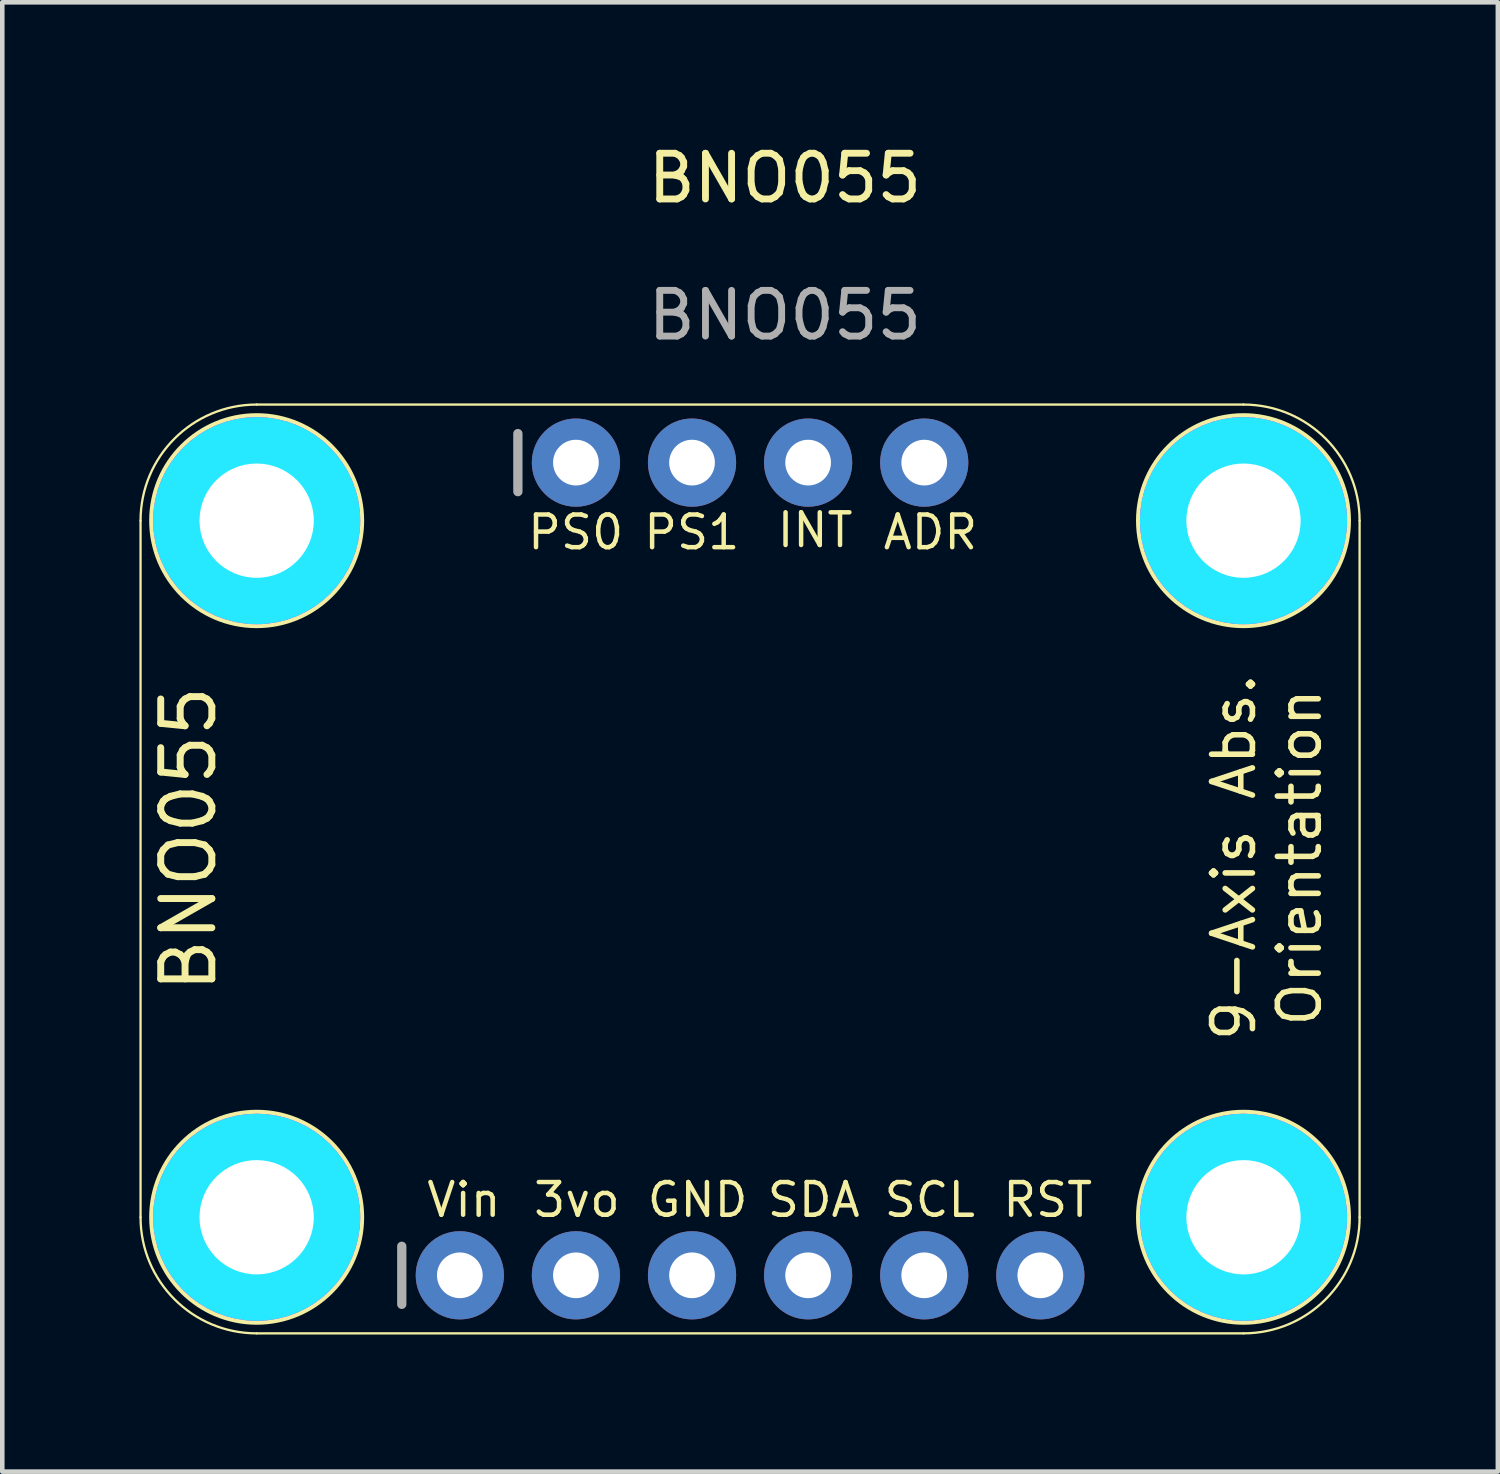
<source format=kicad_pcb>
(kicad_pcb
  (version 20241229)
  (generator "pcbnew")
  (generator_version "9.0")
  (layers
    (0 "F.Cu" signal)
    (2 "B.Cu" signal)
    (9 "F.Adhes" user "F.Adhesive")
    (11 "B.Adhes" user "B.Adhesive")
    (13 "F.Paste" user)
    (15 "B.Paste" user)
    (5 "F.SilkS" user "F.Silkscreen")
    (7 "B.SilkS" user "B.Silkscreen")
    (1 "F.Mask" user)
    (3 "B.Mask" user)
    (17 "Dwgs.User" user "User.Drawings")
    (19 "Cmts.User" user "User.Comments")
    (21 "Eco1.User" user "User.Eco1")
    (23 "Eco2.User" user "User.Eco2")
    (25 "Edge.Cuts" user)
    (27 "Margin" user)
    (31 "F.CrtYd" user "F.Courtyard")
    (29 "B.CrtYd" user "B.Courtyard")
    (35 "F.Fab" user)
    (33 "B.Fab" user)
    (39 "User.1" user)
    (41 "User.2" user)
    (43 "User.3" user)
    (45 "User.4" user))
  (footprint "BNO055"
    (layer "F.Cu")
    (at 14.122 21.168)
    (property "Reference" "BNO055" (at 0 -20.32 0) (unlocked yes) (layer "F.SilkS") (effects (font (size 1 1) (thickness 0.15))))
    (attr smd)
    (fp_line (start -14.097 2.413) (end -14.097 -12.827) (stroke (width 0.05) (type solid)) (layer "F.SilkS"))
    (fp_line (start -11.557 -15.367) (end 10.033 -15.367) (stroke (width 0.05) (type solid)) (layer "F.SilkS"))
    (fp_line (start 10.033 4.953) (end -11.557 4.953) (stroke (width 0.05) (type solid)) (layer "F.SilkS"))
    (fp_line (start 12.573 -12.827) (end 12.573 2.413) (stroke (width 0.05) (type solid)) (layer "F.SilkS"))
    (fp_arc (start -14.097 -12.827) (mid -13.353051 -14.623051) (end -11.557 -15.367) (stroke (width 0.05) (type solid)) (layer "F.SilkS"))
    (fp_arc (start -11.557 4.953) (mid -13.353051 4.209051) (end -14.097 2.413) (stroke (width 0.05) (type solid)) (layer "F.SilkS"))
    (fp_arc (start 10.033 -15.367) (mid 11.829051 -14.623051) (end 12.573 -12.827) (stroke (width 0.05) (type solid)) (layer "F.SilkS"))
    (fp_arc (start 12.573 2.413) (mid 11.829051 4.209051) (end 10.033 4.953) (stroke (width 0.05) (type solid)) (layer "F.SilkS"))
    (fp_circle (center -11.557 -12.827) (end -9.307 -12.827) (stroke (width 0.203) (type solid)) (fill no) (layer "F.SilkS"))
    (fp_circle (center -11.557 2.413) (end -9.307 2.413) (stroke (width 0.203) (type solid)) (fill no) (layer "F.SilkS"))
    (fp_circle (center 10.033 -12.827) (end 12.283 -12.827) (stroke (width 0.203) (type solid)) (fill no) (layer "F.SilkS"))
    (fp_circle (center 10.033 2.413) (end 12.283 2.413) (stroke (width 0.203) (type solid)) (fill no) (layer "F.SilkS"))
    (fp_circle (center -11.557 -12.827) (end -10.307 -12.827) (stroke (width 2.032) (type solid)) (fill no) (layer "B.CrtYd"))
    (fp_circle (center -11.557 2.413) (end -10.307 2.413) (stroke (width 2.032) (type solid)) (fill no) (layer "B.CrtYd"))
    (fp_circle (center 10.033 -12.827) (end 11.283 -12.827) (stroke (width 2.032) (type solid)) (fill no) (layer "B.CrtYd"))
    (fp_circle (center 10.033 2.413) (end 11.283 2.413) (stroke (width 2.032) (type solid)) (fill no) (layer "B.CrtYd"))
    (fp_circle (center -11.557 -12.827) (end -10.307 -12.827) (stroke (width 2.032) (type solid)) (fill no) (layer "F.CrtYd"))
    (fp_circle (center -11.557 2.413) (end -10.307 2.413) (stroke (width 2.032) (type solid)) (fill no) (layer "F.CrtYd"))
    (fp_circle (center 10.033 -12.827) (end 11.283 -12.827) (stroke (width 2.032) (type solid)) (fill no) (layer "F.CrtYd"))
    (fp_circle (center 10.033 2.413) (end 11.283 2.413) (stroke (width 2.032) (type solid)) (fill no) (layer "F.CrtYd"))
    (fp_line (start -8.382 3.048) (end -8.382 4.318) (stroke (width 0.203) (type solid)) (layer "F.Fab"))
    (fp_line (start -5.842 -14.732) (end -5.842 -13.462) (stroke (width 0.203) (type solid)) (layer "F.Fab"))
    (fp_text user "PS1" (at -2.037 -12.573 0) (layer "F.SilkS") (effects (font (size 0.715 0.715) (thickness 0.098))))
    (fp_text user "RST" (at 5.75 2.032 0) (layer "F.SilkS") (effects (font (size 0.715 0.715) (thickness 0.098))))
    (fp_text user "9-Axis Abs.\nOrientation" (at 10.541 -5.461 90) (layer "F.SilkS") (effects (font (size 0.894 0.894) (thickness 0.122))))
    (fp_text user "BNO055" (at -13.047 -5.864 90) (layer "F.SilkS") (effects (font (size 1.118 1.118) (thickness 0.152))))
    (fp_text user "INT" (at 0.661 -12.621 0) (layer "F.SilkS") (effects (font (size 0.715 0.715) (thickness 0.098))))
    (fp_text user "3vo" (at -4.55 2.032 0) (layer "F.SilkS") (effects (font (size 0.715 0.715) (thickness 0.098))))
    (fp_text user "Vin" (at -7.023 2.032 0) (layer "F.SilkS") (effects (font (size 0.715 0.715) (thickness 0.098))))
    (fp_text user "GND" (at -1.91 2.032 0) (layer "F.SilkS") (effects (font (size 0.715 0.715) (thickness 0.098))))
    (fp_text user "ADR" (at 3.184 -12.573 0) (layer "F.SilkS") (effects (font (size 0.715 0.715) (thickness 0.098))))
    (fp_text user "SDA" (at 0.63 2.032 0) (layer "F.SilkS") (effects (font (size 0.715 0.715) (thickness 0.098))))
    (fp_text user "SCL" (at 3.17 2.032 0) (layer "F.SilkS") (effects (font (size 0.715 0.715) (thickness 0.098))))
    (fp_text user "PS0" (at -4.577 -12.573 0) (layer "F.SilkS") (effects (font (size 0.715 0.715) (thickness 0.098))))
    (fp_text user "${REFERENCE}" (at 0 -17.32 0) (unlocked yes) (layer "F.Fab") (effects (font (size 1 1) (thickness 0.15))))
    (pad "1" thru_hole circle (at -7.112 3.683 90) (size 1.93 1.93) (drill 1) (layers "*.Cu" "*.Mask"))
    (pad "1b" thru_hole circle (at -4.572 -14.097 90) (size 1.93 1.93) (drill 1) (layers "*.Cu" "*.Mask"))
    (pad "2" thru_hole circle (at -4.572 3.683 90) (size 1.93 1.93) (drill 1) (layers "*.Cu" "*.Mask"))
    (pad "2b" thru_hole circle (at -2.032 -14.097 90) (size 1.93 1.93) (drill 1) (layers "*.Cu" "*.Mask"))
    (pad "3" thru_hole circle (at -2.032 3.683 90) (size 1.93 1.93) (drill 1) (layers "*.Cu" "*.Mask"))
    (pad "3b" thru_hole circle (at 0.508 -14.097 90) (size 1.93 1.93) (drill 1) (layers "*.Cu" "*.Mask"))
    (pad "4" thru_hole circle (at 0.508 3.683 90) (size 1.93 1.93) (drill 1) (layers "*.Cu" "*.Mask"))
    (pad "4b" thru_hole circle (at 3.048 -14.097 90) (size 1.93 1.93) (drill 1) (layers "*.Cu" "*.Mask"))
    (pad "5" thru_hole circle (at 3.048 3.683 90) (size 1.93 1.93) (drill 1) (layers "*.Cu" "*.Mask"))
    (pad "6" thru_hole circle (at 5.588 3.683 90) (size 1.93 1.93) (drill 1) (layers "*.Cu" "*.Mask"))
    (pad "P$1" thru_hole circle (at -11.557 -12.827) (size 4 4) (drill 2.5) (layers "*.Cu" "*.Mask"))
    (pad "P$1" thru_hole circle (at -11.557 2.413) (size 4 4) (drill 2.5) (layers "*.Cu" "*.Mask"))
    (pad "P$1" thru_hole circle (at 10.033 -12.827) (size 4 4) (drill 2.5) (layers "*.Cu" "*.Mask"))
    (pad "P$1" thru_hole circle (at 10.033 2.413) (size 4 4) (drill 2.5) (layers "*.Cu" "*.Mask"))
    (zone (net_name "") (layer "F.Cu") (hatch edge 0.508) (connect_pads) (min_thickness 0.254) (filled_areas_thickness no) (keepout (tracks not_allowed) (vias not_allowed) (pads not_allowed) (copperpour not_allowed) (footprints allowed)) (placement (enabled no)) (fill) (polygon (pts (xy 4.831 8.341) (xy 4.797 7.948) (xy 4.694 7.566) (xy 4.527 7.208) (xy 4.301 6.885) (xy 4.022 6.605) (xy 3.698 6.379) (xy 3.34 6.212) (xy 2.958 6.11) (xy 2.565 6.075) (xy 2.172 6.11) (xy 1.79 6.212) (xy 1.432 6.379) (xy 1.108 6.605) (xy 0.829 6.885) (xy 0.603 7.208) (xy 0.436 7.566) (xy 0.333 7.948) (xy 0.299 8.341) (xy 0.333 8.735) (xy 0.436 9.116) (xy 0.603 9.474) (xy 0.829 9.798) (xy 1.108 10.077) (xy 1.432 10.304) (xy 1.79 10.471) (xy 2.172 10.573) (xy 2.565 10.607) (xy 2.958 10.573) (xy 3.34 10.471) (xy 3.698 10.304) (xy 4.022 10.077) (xy 4.301 9.798) (xy 4.527 9.474) (xy 4.694 9.116) (xy 4.797 8.735))) (polygon (pts (xy 2.799 8.341) (xy 2.795 8.301) (xy 2.785 8.261) (xy 2.768 8.224) (xy 2.744 8.191) (xy 2.715 8.162) (xy 2.682 8.139) (xy 2.645 8.121) (xy 2.606 8.111) (xy 2.565 8.107) (xy 2.524 8.111) (xy 2.485 8.121) (xy 2.448 8.139) (xy 2.415 8.162) (xy 2.386 8.191) (xy 2.362 8.224) (xy 2.345 8.261) (xy 2.335 8.301) (xy 2.331 8.341) (xy 2.335 8.382) (xy 2.345 8.421) (xy 2.362 8.458) (xy 2.386 8.492) (xy 2.415 8.521) (xy 2.448 8.544) (xy 2.485 8.561) (xy 2.524 8.572) (xy 2.565 8.575) (xy 2.606 8.572) (xy 2.645 8.561) (xy 2.682 8.544) (xy 2.715 8.521) (xy 2.744 8.492) (xy 2.768 8.458) (xy 2.785 8.421) (xy 2.795 8.382))))
    (zone (net_name "") (layer "F.Cu") (hatch edge 0.508) (connect_pads) (min_thickness 0.254) (filled_areas_thickness no) (keepout (tracks not_allowed) (vias not_allowed) (pads not_allowed) (copperpour not_allowed) (footprints allowed)) (placement (enabled no)) (fill) (polygon (pts (xy 4.831 23.581) (xy 4.797 23.188) (xy 4.694 22.806) (xy 4.527 22.448) (xy 4.301 22.125) (xy 4.022 21.845) (xy 3.698 21.619) (xy 3.34 21.452) (xy 2.958 21.35) (xy 2.565 21.315) (xy 2.172 21.35) (xy 1.79 21.452) (xy 1.432 21.619) (xy 1.108 21.845) (xy 0.829 22.125) (xy 0.603 22.448) (xy 0.436 22.806) (xy 0.333 23.188) (xy 0.299 23.581) (xy 0.333 23.975) (xy 0.436 24.356) (xy 0.603 24.714) (xy 0.829 25.038) (xy 1.108 25.317) (xy 1.432 25.544) (xy 1.79 25.711) (xy 2.172 25.813) (xy 2.565 25.847) (xy 2.958 25.813) (xy 3.34 25.711) (xy 3.698 25.544) (xy 4.022 25.317) (xy 4.301 25.038) (xy 4.527 24.714) (xy 4.694 24.356) (xy 4.797 23.975))) (polygon (pts (xy 2.799 23.581) (xy 2.795 23.541) (xy 2.785 23.501) (xy 2.768 23.464) (xy 2.744 23.431) (xy 2.715 23.402) (xy 2.682 23.379) (xy 2.645 23.361) (xy 2.606 23.351) (xy 2.565 23.347) (xy 2.524 23.351) (xy 2.485 23.361) (xy 2.448 23.379) (xy 2.415 23.402) (xy 2.386 23.431) (xy 2.362 23.464) (xy 2.345 23.501) (xy 2.335 23.541) (xy 2.331 23.581) (xy 2.335 23.622) (xy 2.345 23.661) (xy 2.362 23.698) (xy 2.386 23.732) (xy 2.415 23.761) (xy 2.448 23.784) (xy 2.485 23.801) (xy 2.524 23.812) (xy 2.565 23.815) (xy 2.606 23.812) (xy 2.645 23.801) (xy 2.682 23.784) (xy 2.715 23.761) (xy 2.744 23.732) (xy 2.768 23.698) (xy 2.785 23.661) (xy 2.795 23.622))))
    (zone (net_name "") (layer "F.Cu") (hatch edge 0.508) (connect_pads) (min_thickness 0.254) (filled_areas_thickness no) (keepout (tracks not_allowed) (vias not_allowed) (pads not_allowed) (copperpour not_allowed) (footprints allowed)) (placement (enabled no)) (fill) (polygon (pts (xy 26.421 8.341) (xy 26.387 7.948) (xy 26.284 7.566) (xy 26.117 7.208) (xy 25.891 6.885) (xy 25.612 6.605) (xy 25.288 6.379) (xy 24.93 6.212) (xy 24.548 6.11) (xy 24.155 6.075) (xy 23.762 6.11) (xy 23.38 6.212) (xy 23.022 6.379) (xy 22.698 6.605) (xy 22.419 6.885) (xy 22.193 7.208) (xy 22.026 7.566) (xy 21.923 7.948) (xy 21.889 8.341) (xy 21.923 8.735) (xy 22.026 9.116) (xy 22.193 9.474) (xy 22.419 9.798) (xy 22.698 10.077) (xy 23.022 10.304) (xy 23.38 10.471) (xy 23.762 10.573) (xy 24.155 10.607) (xy 24.548 10.573) (xy 24.93 10.471) (xy 25.288 10.304) (xy 25.612 10.077) (xy 25.891 9.798) (xy 26.117 9.474) (xy 26.284 9.116) (xy 26.387 8.735))) (polygon (pts (xy 24.389 8.341) (xy 24.385 8.301) (xy 24.375 8.261) (xy 24.358 8.224) (xy 24.334 8.191) (xy 24.305 8.162) (xy 24.272 8.139) (xy 24.235 8.121) (xy 24.196 8.111) (xy 24.155 8.107) (xy 24.114 8.111) (xy 24.075 8.121) (xy 24.038 8.139) (xy 24.005 8.162) (xy 23.976 8.191) (xy 23.952 8.224) (xy 23.935 8.261) (xy 23.925 8.301) (xy 23.921 8.341) (xy 23.925 8.382) (xy 23.935 8.421) (xy 23.952 8.458) (xy 23.976 8.492) (xy 24.005 8.521) (xy 24.038 8.544) (xy 24.075 8.561) (xy 24.114 8.572) (xy 24.155 8.575) (xy 24.196 8.572) (xy 24.235 8.561) (xy 24.272 8.544) (xy 24.305 8.521) (xy 24.334 8.492) (xy 24.358 8.458) (xy 24.375 8.421) (xy 24.385 8.382))))
    (zone (net_name "") (layer "F.Cu") (hatch edge 0.508) (connect_pads) (min_thickness 0.254) (filled_areas_thickness no) (keepout (tracks not_allowed) (vias not_allowed) (pads not_allowed) (copperpour not_allowed) (footprints allowed)) (placement (enabled no)) (fill) (polygon (pts (xy 26.421 23.581) (xy 26.387 23.188) (xy 26.284 22.806) (xy 26.117 22.448) (xy 25.891 22.125) (xy 25.612 21.845) (xy 25.288 21.619) (xy 24.93 21.452) (xy 24.548 21.35) (xy 24.155 21.315) (xy 23.762 21.35) (xy 23.38 21.452) (xy 23.022 21.619) (xy 22.698 21.845) (xy 22.419 22.125) (xy 22.193 22.448) (xy 22.026 22.806) (xy 21.923 23.188) (xy 21.889 23.581) (xy 21.923 23.975) (xy 22.026 24.356) (xy 22.193 24.714) (xy 22.419 25.038) (xy 22.698 25.317) (xy 23.022 25.544) (xy 23.38 25.711) (xy 23.762 25.813) (xy 24.155 25.847) (xy 24.548 25.813) (xy 24.93 25.711) (xy 25.288 25.544) (xy 25.612 25.317) (xy 25.891 25.038) (xy 26.117 24.714) (xy 26.284 24.356) (xy 26.387 23.975))) (polygon (pts (xy 24.389 23.581) (xy 24.385 23.541) (xy 24.375 23.501) (xy 24.358 23.464) (xy 24.334 23.431) (xy 24.305 23.402) (xy 24.272 23.379) (xy 24.235 23.361) (xy 24.196 23.351) (xy 24.155 23.347) (xy 24.114 23.351) (xy 24.075 23.361) (xy 24.038 23.379) (xy 24.005 23.402) (xy 23.976 23.431) (xy 23.952 23.464) (xy 23.935 23.501) (xy 23.925 23.541) (xy 23.921 23.581) (xy 23.925 23.622) (xy 23.935 23.661) (xy 23.952 23.698) (xy 23.976 23.732) (xy 24.005 23.761) (xy 24.038 23.784) (xy 24.075 23.801) (xy 24.114 23.812) (xy 24.155 23.815) (xy 24.196 23.812) (xy 24.235 23.801) (xy 24.272 23.784) (xy 24.305 23.761) (xy 24.334 23.732) (xy 24.358 23.698) (xy 24.375 23.661) (xy 24.385 23.622))))
    (zone (net_name "") (layer "B.Cu") (hatch edge 0.508) (connect_pads) (min_thickness 0.254) (filled_areas_thickness no) (keepout (tracks not_allowed) (vias not_allowed) (pads not_allowed) (copperpour not_allowed) (footprints allowed)) (placement (enabled no)) (fill) (polygon (pts (xy 4.831 8.341) (xy 4.797 7.948) (xy 4.694 7.566) (xy 4.527 7.208) (xy 4.301 6.885) (xy 4.022 6.605) (xy 3.698 6.379) (xy 3.34 6.212) (xy 2.958 6.11) (xy 2.565 6.075) (xy 2.172 6.11) (xy 1.79 6.212) (xy 1.432 6.379) (xy 1.108 6.605) (xy 0.829 6.885) (xy 0.603 7.208) (xy 0.436 7.566) (xy 0.333 7.948) (xy 0.299 8.341) (xy 0.333 8.735) (xy 0.436 9.116) (xy 0.603 9.474) (xy 0.829 9.798) (xy 1.108 10.077) (xy 1.432 10.304) (xy 1.79 10.471) (xy 2.172 10.573) (xy 2.565 10.607) (xy 2.958 10.573) (xy 3.34 10.471) (xy 3.698 10.304) (xy 4.022 10.077) (xy 4.301 9.798) (xy 4.527 9.474) (xy 4.694 9.116) (xy 4.797 8.735))) (polygon (pts (xy 2.799 8.341) (xy 2.795 8.301) (xy 2.785 8.261) (xy 2.768 8.224) (xy 2.744 8.191) (xy 2.715 8.162) (xy 2.682 8.139) (xy 2.645 8.121) (xy 2.606 8.111) (xy 2.565 8.107) (xy 2.524 8.111) (xy 2.485 8.121) (xy 2.448 8.139) (xy 2.415 8.162) (xy 2.386 8.191) (xy 2.362 8.224) (xy 2.345 8.261) (xy 2.335 8.301) (xy 2.331 8.341) (xy 2.335 8.382) (xy 2.345 8.421) (xy 2.362 8.458) (xy 2.386 8.492) (xy 2.415 8.521) (xy 2.448 8.544) (xy 2.485 8.561) (xy 2.524 8.572) (xy 2.565 8.575) (xy 2.606 8.572) (xy 2.645 8.561) (xy 2.682 8.544) (xy 2.715 8.521) (xy 2.744 8.492) (xy 2.768 8.458) (xy 2.785 8.421) (xy 2.795 8.382))))
    (zone (net_name "") (layer "B.Cu") (hatch edge 0.508) (connect_pads) (min_thickness 0.254) (filled_areas_thickness no) (keepout (tracks not_allowed) (vias not_allowed) (pads not_allowed) (copperpour not_allowed) (footprints allowed)) (placement (enabled no)) (fill) (polygon (pts (xy 4.831 23.581) (xy 4.797 23.188) (xy 4.694 22.806) (xy 4.527 22.448) (xy 4.301 22.125) (xy 4.022 21.845) (xy 3.698 21.619) (xy 3.34 21.452) (xy 2.958 21.35) (xy 2.565 21.315) (xy 2.172 21.35) (xy 1.79 21.452) (xy 1.432 21.619) (xy 1.108 21.845) (xy 0.829 22.125) (xy 0.603 22.448) (xy 0.436 22.806) (xy 0.333 23.188) (xy 0.299 23.581) (xy 0.333 23.975) (xy 0.436 24.356) (xy 0.603 24.714) (xy 0.829 25.038) (xy 1.108 25.317) (xy 1.432 25.544) (xy 1.79 25.711) (xy 2.172 25.813) (xy 2.565 25.847) (xy 2.958 25.813) (xy 3.34 25.711) (xy 3.698 25.544) (xy 4.022 25.317) (xy 4.301 25.038) (xy 4.527 24.714) (xy 4.694 24.356) (xy 4.797 23.975))) (polygon (pts (xy 2.799 23.581) (xy 2.795 23.541) (xy 2.785 23.501) (xy 2.768 23.464) (xy 2.744 23.431) (xy 2.715 23.402) (xy 2.682 23.379) (xy 2.645 23.361) (xy 2.606 23.351) (xy 2.565 23.347) (xy 2.524 23.351) (xy 2.485 23.361) (xy 2.448 23.379) (xy 2.415 23.402) (xy 2.386 23.431) (xy 2.362 23.464) (xy 2.345 23.501) (xy 2.335 23.541) (xy 2.331 23.581) (xy 2.335 23.622) (xy 2.345 23.661) (xy 2.362 23.698) (xy 2.386 23.732) (xy 2.415 23.761) (xy 2.448 23.784) (xy 2.485 23.801) (xy 2.524 23.812) (xy 2.565 23.815) (xy 2.606 23.812) (xy 2.645 23.801) (xy 2.682 23.784) (xy 2.715 23.761) (xy 2.744 23.732) (xy 2.768 23.698) (xy 2.785 23.661) (xy 2.795 23.622))))
    (zone (net_name "") (layer "B.Cu") (hatch edge 0.508) (connect_pads) (min_thickness 0.254) (filled_areas_thickness no) (keepout (tracks not_allowed) (vias not_allowed) (pads not_allowed) (copperpour not_allowed) (footprints allowed)) (placement (enabled no)) (fill) (polygon (pts (xy 26.421 8.341) (xy 26.387 7.948) (xy 26.284 7.566) (xy 26.117 7.208) (xy 25.891 6.885) (xy 25.612 6.605) (xy 25.288 6.379) (xy 24.93 6.212) (xy 24.548 6.11) (xy 24.155 6.075) (xy 23.762 6.11) (xy 23.38 6.212) (xy 23.022 6.379) (xy 22.698 6.605) (xy 22.419 6.885) (xy 22.193 7.208) (xy 22.026 7.566) (xy 21.923 7.948) (xy 21.889 8.341) (xy 21.923 8.735) (xy 22.026 9.116) (xy 22.193 9.474) (xy 22.419 9.798) (xy 22.698 10.077) (xy 23.022 10.304) (xy 23.38 10.471) (xy 23.762 10.573) (xy 24.155 10.607) (xy 24.548 10.573) (xy 24.93 10.471) (xy 25.288 10.304) (xy 25.612 10.077) (xy 25.891 9.798) (xy 26.117 9.474) (xy 26.284 9.116) (xy 26.387 8.735))) (polygon (pts (xy 24.389 8.341) (xy 24.385 8.301) (xy 24.375 8.261) (xy 24.358 8.224) (xy 24.334 8.191) (xy 24.305 8.162) (xy 24.272 8.139) (xy 24.235 8.121) (xy 24.196 8.111) (xy 24.155 8.107) (xy 24.114 8.111) (xy 24.075 8.121) (xy 24.038 8.139) (xy 24.005 8.162) (xy 23.976 8.191) (xy 23.952 8.224) (xy 23.935 8.261) (xy 23.925 8.301) (xy 23.921 8.341) (xy 23.925 8.382) (xy 23.935 8.421) (xy 23.952 8.458) (xy 23.976 8.492) (xy 24.005 8.521) (xy 24.038 8.544) (xy 24.075 8.561) (xy 24.114 8.572) (xy 24.155 8.575) (xy 24.196 8.572) (xy 24.235 8.561) (xy 24.272 8.544) (xy 24.305 8.521) (xy 24.334 8.492) (xy 24.358 8.458) (xy 24.375 8.421) (xy 24.385 8.382))))
    (zone (net_name "") (layer "B.Cu") (hatch edge 0.508) (connect_pads) (min_thickness 0.254) (filled_areas_thickness no) (keepout (tracks not_allowed) (vias not_allowed) (pads not_allowed) (copperpour not_allowed) (footprints allowed)) (placement (enabled no)) (fill) (polygon (pts (xy 26.421 23.581) (xy 26.387 23.188) (xy 26.284 22.806) (xy 26.117 22.448) (xy 25.891 22.125) (xy 25.612 21.845) (xy 25.288 21.619) (xy 24.93 21.452) (xy 24.548 21.35) (xy 24.155 21.315) (xy 23.762 21.35) (xy 23.38 21.452) (xy 23.022 21.619) (xy 22.698 21.845) (xy 22.419 22.125) (xy 22.193 22.448) (xy 22.026 22.806) (xy 21.923 23.188) (xy 21.889 23.581) (xy 21.923 23.975) (xy 22.026 24.356) (xy 22.193 24.714) (xy 22.419 25.038) (xy 22.698 25.317) (xy 23.022 25.544) (xy 23.38 25.711) (xy 23.762 25.813) (xy 24.155 25.847) (xy 24.548 25.813) (xy 24.93 25.711) (xy 25.288 25.544) (xy 25.612 25.317) (xy 25.891 25.038) (xy 26.117 24.714) (xy 26.284 24.356) (xy 26.387 23.975))) (polygon (pts (xy 24.389 23.581) (xy 24.385 23.541) (xy 24.375 23.501) (xy 24.358 23.464) (xy 24.334 23.431) (xy 24.305 23.402) (xy 24.272 23.379) (xy 24.235 23.361) (xy 24.196 23.351) (xy 24.155 23.347) (xy 24.114 23.351) (xy 24.075 23.361) (xy 24.038 23.379) (xy 24.005 23.402) (xy 23.976 23.431) (xy 23.952 23.464) (xy 23.935 23.501) (xy 23.925 23.541) (xy 23.921 23.581) (xy 23.925 23.622) (xy 23.935 23.661) (xy 23.952 23.698) (xy 23.976 23.732) (xy 24.005 23.761) (xy 24.038 23.784) (xy 24.075 23.801) (xy 24.114 23.812) (xy 24.155 23.815) (xy 24.196 23.812) (xy 24.235 23.801) (xy 24.272 23.784) (xy 24.305 23.761) (xy 24.334 23.732) (xy 24.358 23.698) (xy 24.375 23.661) (xy 24.385 23.622)))))
  (gr_rect
    (start -3 -3)
    (end 29.72 29.146)
    (stroke (width 0.1) (type default))
    (fill no)
    (layer "Edge.Cuts")))
</source>
